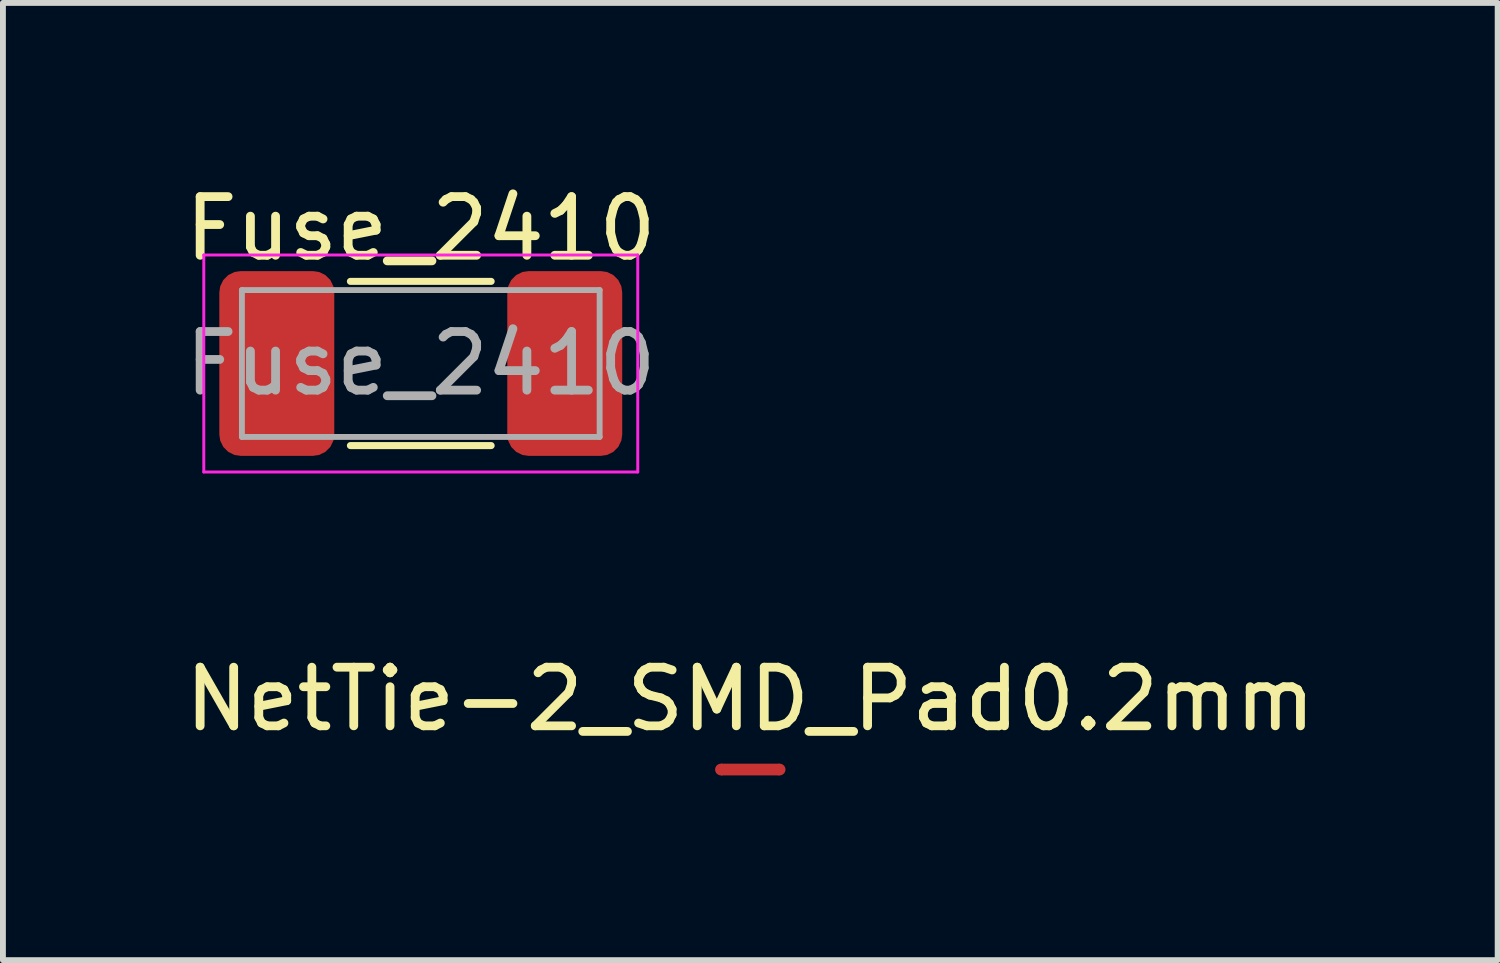
<source format=kicad_pcb>
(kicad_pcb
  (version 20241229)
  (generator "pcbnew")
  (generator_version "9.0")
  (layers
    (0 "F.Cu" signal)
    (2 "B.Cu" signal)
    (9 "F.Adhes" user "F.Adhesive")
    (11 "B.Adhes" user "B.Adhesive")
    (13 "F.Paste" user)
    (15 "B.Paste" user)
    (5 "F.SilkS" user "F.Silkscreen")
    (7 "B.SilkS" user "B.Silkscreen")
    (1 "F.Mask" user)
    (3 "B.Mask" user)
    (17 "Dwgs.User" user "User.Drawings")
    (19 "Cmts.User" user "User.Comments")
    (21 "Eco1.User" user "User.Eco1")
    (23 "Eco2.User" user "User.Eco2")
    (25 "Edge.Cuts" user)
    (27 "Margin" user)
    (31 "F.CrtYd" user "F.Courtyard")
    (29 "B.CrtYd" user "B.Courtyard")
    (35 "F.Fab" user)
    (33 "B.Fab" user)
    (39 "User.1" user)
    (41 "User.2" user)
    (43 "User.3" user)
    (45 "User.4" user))
  (footprint "Fuse_2410"
    (layer "F.Cu")
    (at 4.125 3.148)
    (property "Reference" "Fuse_2410" (at 0 -2.3 0) (layer "F.SilkS") (effects (font (size 1 1) (thickness 0.15))))
    (attr smd)
    (fp_line (start -1.2 -1.4) (end 1.2 -1.4) (stroke (width 0.12) (type solid)) (layer "F.SilkS"))
    (fp_line (start -1.2 1.4) (end 1.2 1.4) (stroke (width 0.12) (type solid)) (layer "F.SilkS"))
    (fp_line (start -3.7 -1.85) (end 3.7 -1.85) (stroke (width 0.05) (type solid)) (layer "F.CrtYd"))
    (fp_line (start -3.7 1.85) (end -3.7 -1.85) (stroke (width 0.05) (type solid)) (layer "F.CrtYd"))
    (fp_line (start 3.7 -1.85) (end 3.7 1.85) (stroke (width 0.05) (type solid)) (layer "F.CrtYd"))
    (fp_line (start 3.7 1.85) (end -3.7 1.85) (stroke (width 0.05) (type solid)) (layer "F.CrtYd"))
    (fp_line (start -3.05 -1.252) (end 3.05 -1.252) (stroke (width 0.1) (type solid)) (layer "F.Fab"))
    (fp_line (start -3.05 1.252) (end -3.05 -1.252) (stroke (width 0.1) (type solid)) (layer "F.Fab"))
    (fp_line (start 3.05 -1.252) (end 3.05 1.252) (stroke (width 0.1) (type solid)) (layer "F.Fab"))
    (fp_line (start 3.05 1.252) (end -3.05 1.252) (stroke (width 0.1) (type solid)) (layer "F.Fab"))
    (fp_text user "${REFERENCE}" (at 0 0 0) (layer "F.Fab") (effects (font (size 1 1) (thickness 0.15))))
    (pad "1" smd roundrect (at -2.455 0) (size 1.96 3.15) (layers "F.Cu" "F.Mask" "F.Paste") (roundrect_rratio 0.185))
    (pad "2" smd roundrect (at 2.455 0) (size 1.96 3.15) (layers "F.Cu" "F.Mask" "F.Paste") (roundrect_rratio 0.185)))
  (footprint "NetTie-2_SMD_Pad0.2mm"
    (layer "F.Cu")
    (at 9.744 10.072)
    (property "Reference" "NetTie-2_SMD_Pad0.2mm" (at 0 -1.2 0) (layer "F.SilkS") (effects (font (size 1 1) (thickness 0.15))))
    (attr exclude_from_pos_files exclude_from_bom)
    (fp_poly (pts (xy -0.5 -0.1) (xy 0.5 -0.1) (xy 0.5 0.1) (xy -0.5 0.1)) (stroke (width 0) (type solid)) (fill yes) (layer "F.Cu"))
    (pad "1" smd circle (at -0.5 0) (size 0.2 0.2) (layers "F.Cu"))
    (pad "2" smd circle (at 0.5 0) (size 0.2 0.2) (layers "F.Cu")))
  (gr_rect
    (start -3 -3)
    (end 22.488 13.322)
    (stroke (width 0.1) (type default))
    (fill no)
    (layer "Edge.Cuts")))
</source>
